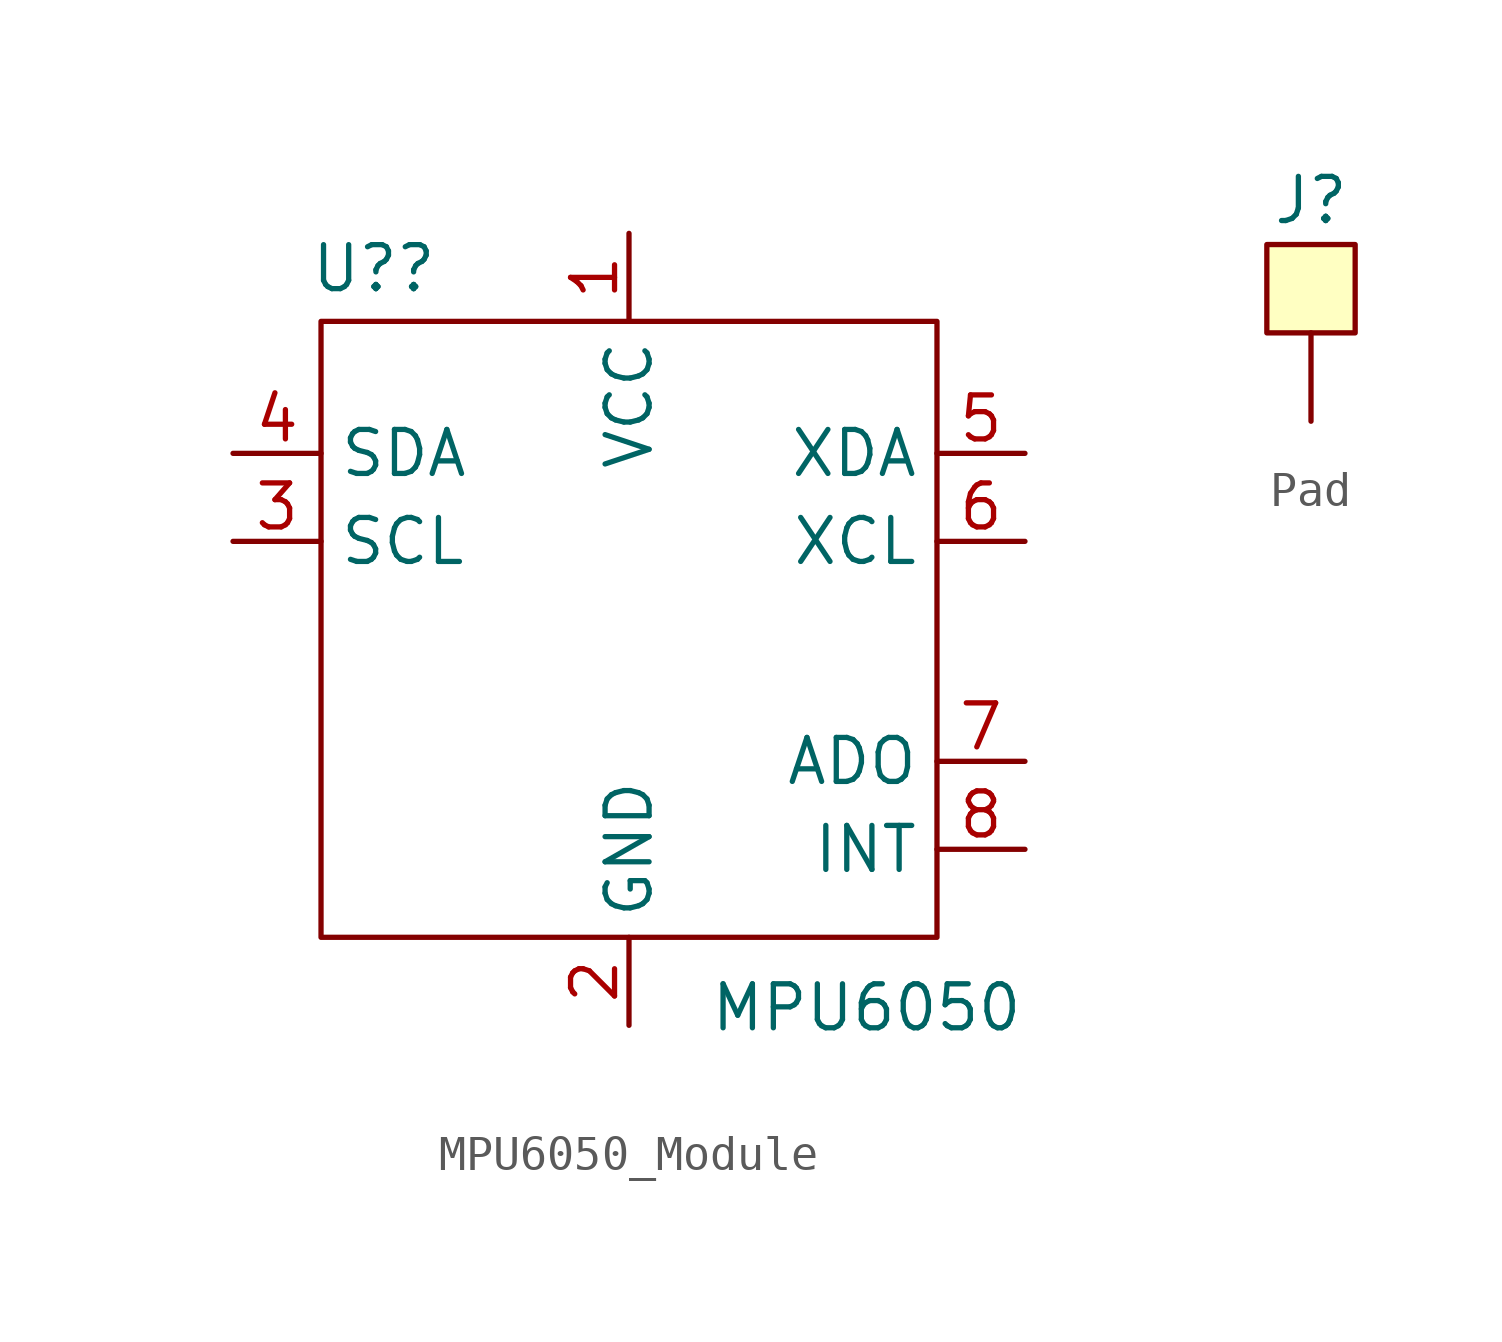
<source format=kicad_sym>
(kicad_symbol_lib
  (version 20231120)
  (generator "kicad_symbol_editor")
  (generator_version "8.0")
  (symbol "MPU6050_Module"
    (property "Reference" "U?"
      (at -7.366 10.414 0)
      (effects (font (size 1.27 1.27))))
    (property "Value" "MPU6050"
      (at 6.858 -10.922 0)
      (effects (font (size 1.27 1.27))))
    (symbol "MPU6050_Module_1_1"
      (text_box "" (at -8.89 8.89 0) (size 17.78 -17.78) (stroke (width 0) (type default)) (fill (type color) (color 0 0 0 0)) (effects (font (size 1.27 1.27)) (justify left top)))
      (pin power_in line (at 0 11.43 270) (length 2.54) (name "VCC" (effects (font (size 1.27 1.27)))) (number "1" (effects (font (size 1.27 1.27)))))
      (pin power_in line (at 0 -11.43 90) (length 2.54) (name "GND" (effects (font (size 1.27 1.27)))) (number "2" (effects (font (size 1.27 1.27)))))
      (pin input line (at -11.43 2.54 0) (length 2.54) (name "SCL" (effects (font (size 1.27 1.27)))) (number "3" (effects (font (size 1.27 1.27)))))
      (pin bidirectional line (at -11.43 5.08 0) (length 2.54) (name "SDA" (effects (font (size 1.27 1.27)))) (number "4" (effects (font (size 1.27 1.27)))))
      (pin bidirectional line (at 11.43 5.08 180) (length 2.54) (name "XDA" (effects (font (size 1.27 1.27)))) (number "5" (effects (font (size 1.27 1.27)))))
      (pin input line (at 11.43 2.54 180) (length 2.54) (name "XCL" (effects (font (size 1.27 1.27)))) (number "6" (effects (font (size 1.27 1.27)))))
      (pin input line (at 11.43 -3.81 180) (length 2.54) (name "ADO" (effects (font (size 1.27 1.27)))) (number "7" (effects (font (size 1.27 1.27)))))
      (pin input line (at 11.43 -6.35 180) (length 2.54) (name "INT" (effects (font (size 1.27 1.27)))) (number "8" (effects (font (size 1.27 1.27)))))))
  (symbol "Pad"
    (property "Reference" "J"
      (at 0 2.54 0)
      (effects (font (size 1.27 1.27))))
    (property "Value" ""
      (at 0 0 0)
      (effects (font (size 1.27 1.27))))
    (symbol "Pad_1_1"
      (rectangle (start -1.27 1.27) (end 1.27 -1.27) (stroke (width 0) (type default)) (fill (type background)))
      (pin input line (at 0 -3.81 90) (length 2.54) (name "" (effects (font (size 1.27 1.27)))) (number "" (effects (font (size 1.27 1.27))))))))
</source>
